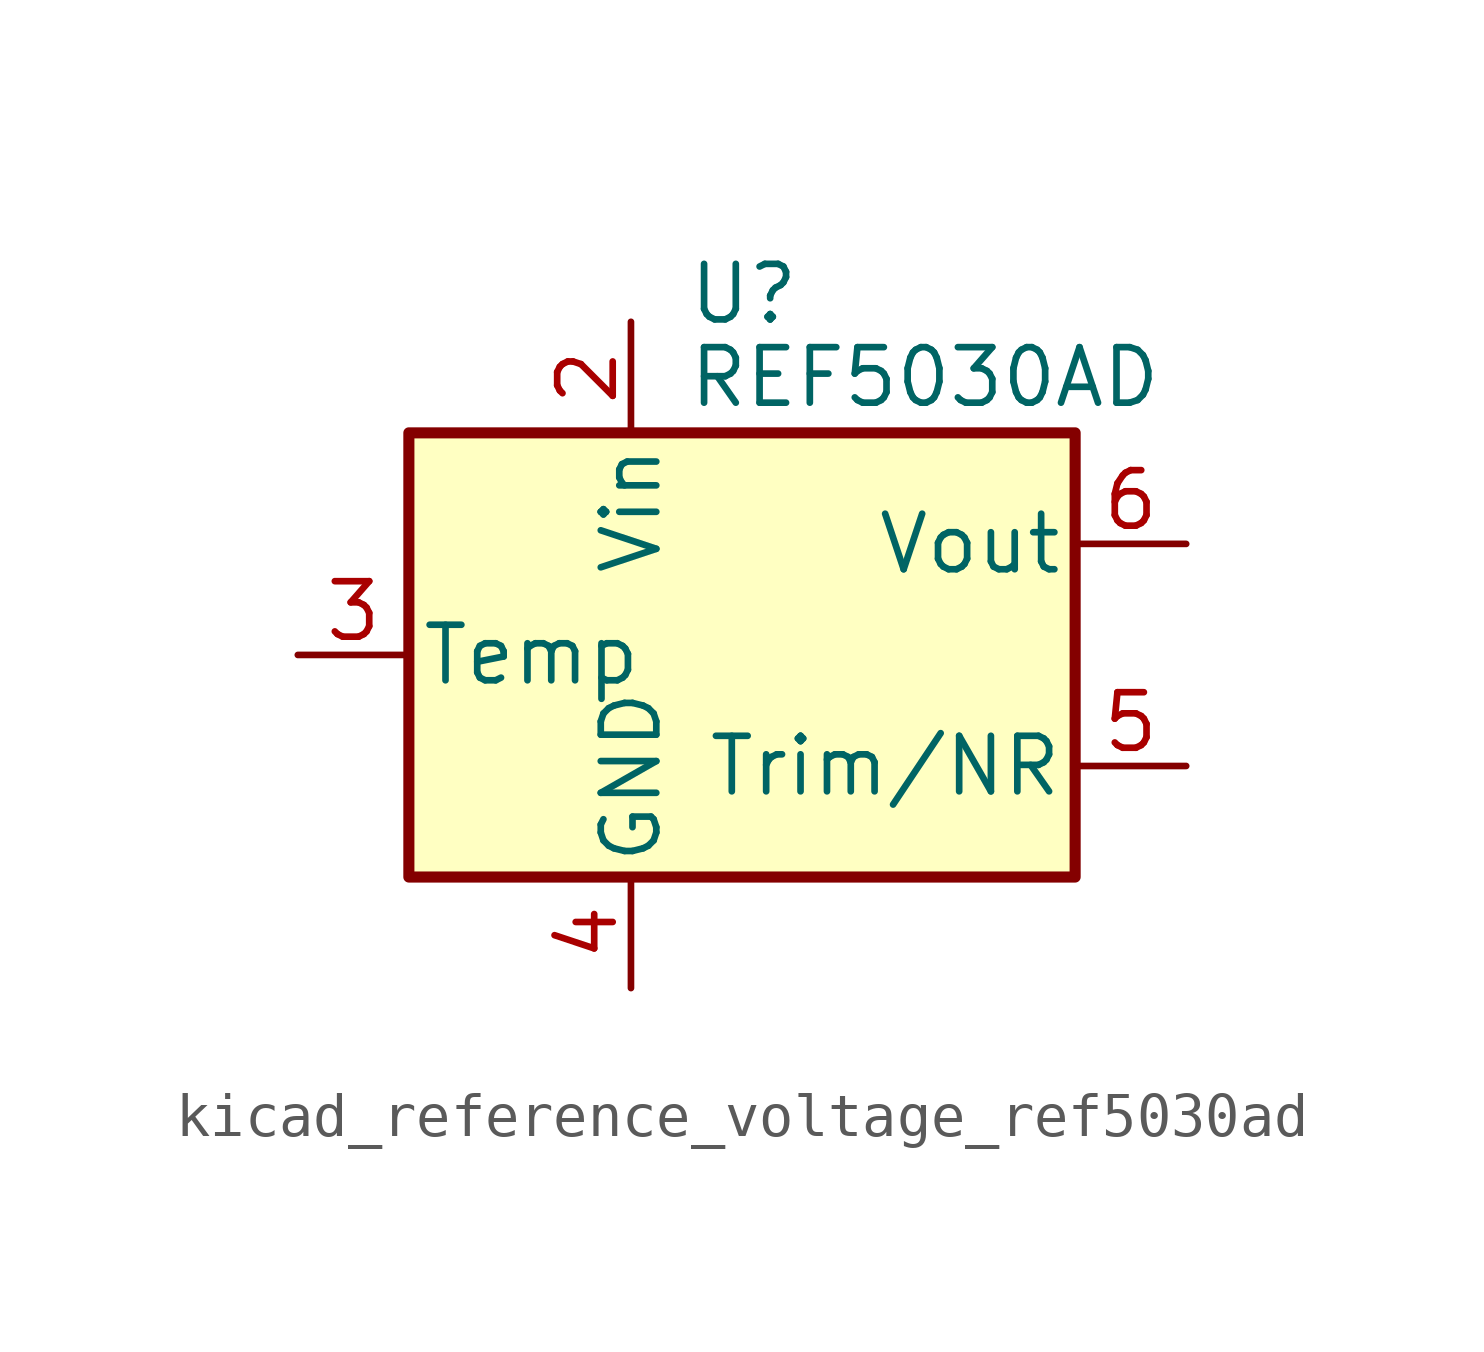
<source format=kicad_sym>
(kicad_symbol_lib
  (version 20220914)
  (generator kicad_symbol_editor)
  (symbol "kicad_reference_voltage_ref5030ad"
    (pin_names
      (offset 0.254))
    (property "Reference" "U"
      (at -1.27 8.255 0)
      (effects (font (size 1.27 1.27)) (justify left)))
    (property "Value" "REF5030AD"
      (at -1.27 6.35 0)
      (effects (font (size 1.27 1.27)) (justify left)))
    (symbol "kicad_reference_voltage_ref5030ad_0_1"
      (rectangle (start -7.62 5.08) (end 7.62 -5.08) (stroke (width 0.254) (type default)) (fill (type background))))
    (symbol "kicad_reference_voltage_ref5030ad_1_1"
      (pin no_connect line (at -7.62 2.54 0) (length 2.54) hide (name "DNC" (effects (font (size 1.27 1.27)))) (number "1" (effects (font (size 1.27 1.27)))))
      (pin power_in line (at -2.54 7.62 270) (length 2.54) (name "Vin" (effects (font (size 1.27 1.27)))) (number "2" (effects (font (size 1.27 1.27)))))
      (pin passive line (at -10.16 0 0) (length 2.54) (name "Temp" (effects (font (size 1.27 1.27)))) (number "3" (effects (font (size 1.27 1.27)))))
      (pin power_in line (at -2.54 -7.62 90) (length 2.54) (name "GND" (effects (font (size 1.27 1.27)))) (number "4" (effects (font (size 1.27 1.27)))))
      (pin passive line (at 10.16 -2.54 180) (length 2.54) (name "Trim/NR" (effects (font (size 1.27 1.27)))) (number "5" (effects (font (size 1.27 1.27)))))
      (pin power_out line (at 10.16 2.54 180) (length 2.54) (name "Vout" (effects (font (size 1.27 1.27)))) (number "6" (effects (font (size 1.27 1.27)))))
      (pin no_connect line (at -5.08 -5.08 90) (length 2.54) hide (name "NC" (effects (font (size 1.27 1.27)))) (number "7" (effects (font (size 1.27 1.27)))))
      (pin no_connect line (at 7.62 0 180) (length 2.54) hide (name "DNC" (effects (font (size 1.27 1.27)))) (number "8" (effects (font (size 1.27 1.27))))))))
</source>
